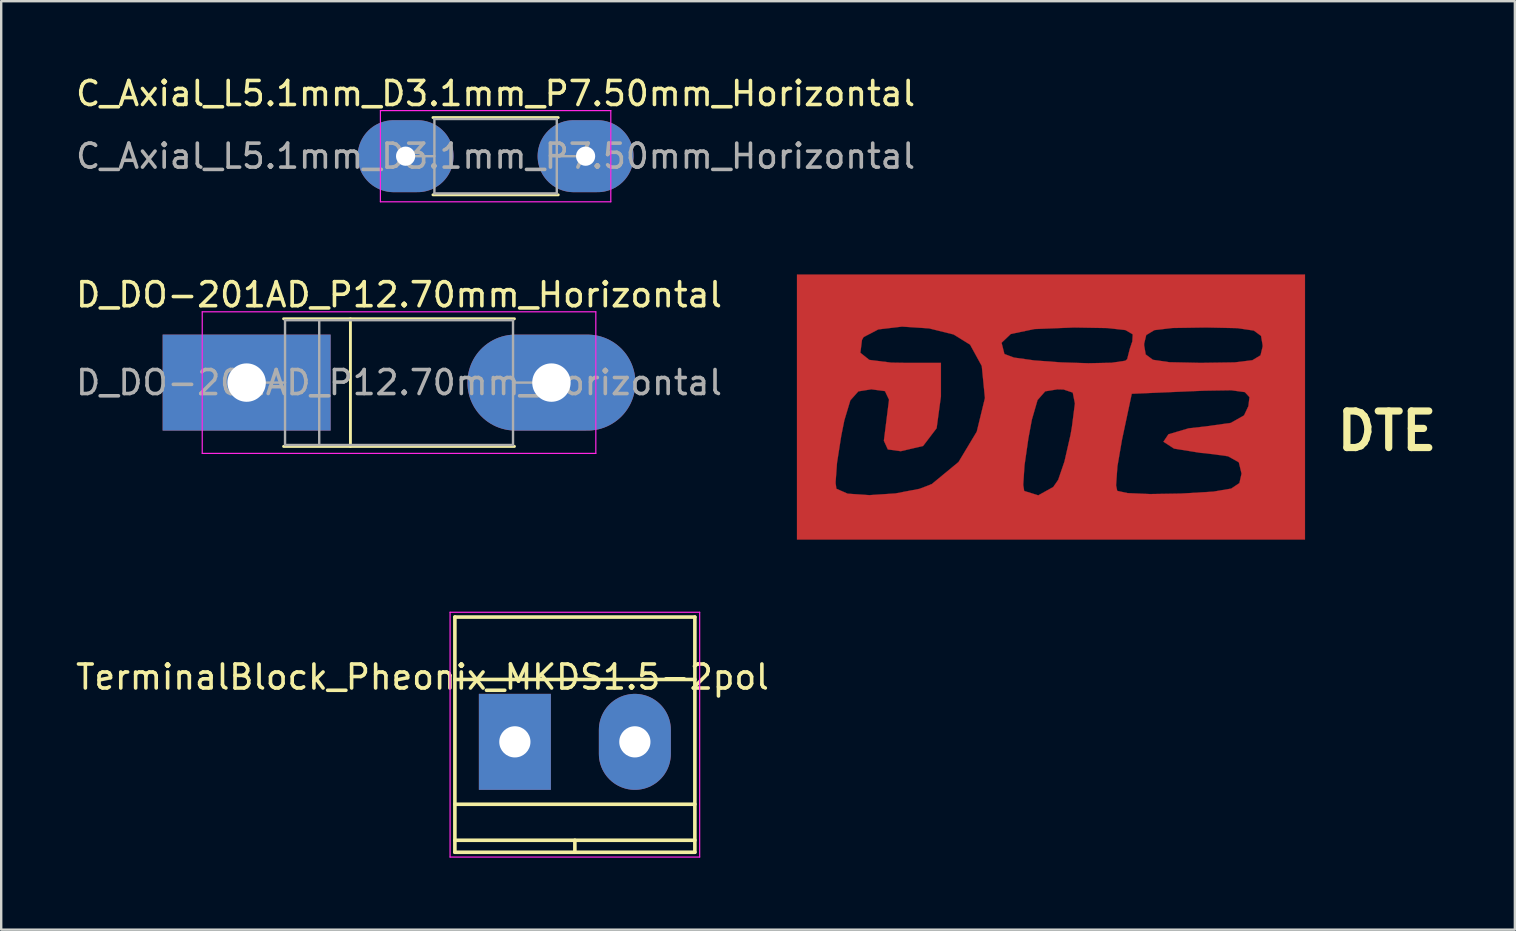
<source format=kicad_pcb>
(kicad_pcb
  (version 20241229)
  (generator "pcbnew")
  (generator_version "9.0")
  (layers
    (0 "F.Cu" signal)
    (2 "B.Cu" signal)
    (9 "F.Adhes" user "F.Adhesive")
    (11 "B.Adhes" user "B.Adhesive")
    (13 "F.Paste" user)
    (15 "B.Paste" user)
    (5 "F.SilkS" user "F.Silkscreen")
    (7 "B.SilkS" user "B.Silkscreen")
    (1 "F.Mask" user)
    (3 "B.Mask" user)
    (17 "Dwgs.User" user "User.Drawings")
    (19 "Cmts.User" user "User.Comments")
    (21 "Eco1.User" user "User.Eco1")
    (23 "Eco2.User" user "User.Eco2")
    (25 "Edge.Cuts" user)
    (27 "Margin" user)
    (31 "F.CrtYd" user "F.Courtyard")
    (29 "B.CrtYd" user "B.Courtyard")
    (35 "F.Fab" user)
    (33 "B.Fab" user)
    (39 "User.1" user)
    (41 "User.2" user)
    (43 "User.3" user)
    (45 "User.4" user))
  (footprint "DTE"
    (layer "F.Cu")
    (at 40.743 13.91)
    (property "Reference" "DTE" (at 14 1 0) (layer "F.SilkS") (effects (font (size 1.524 1.524) (thickness 0.3))))
    (attr through_hole)
    (fp_poly (pts (xy 10.583 5.522) (xy -10.583 5.522) (xy -10.583 3.151) (xy -8.976 3.151) (xy -8.942 3.405) (xy -8.472 3.611) (xy -7.568 3.672) (xy -6.487 3.601) (xy -5.482 3.409) (xy -5.043 3.242) (xy -1.157 3.242) (xy -1.116 3.498) (xy -0.529 3.68) (xy 0.095 3.332) (xy 0.143 3.263) (xy 2.712 3.263) (xy 2.76 3.494) (xy 3.191 3.587) (xy 4.129 3.627) (xy 5.375 3.607) (xy 5.453 3.604) (xy 6.759 3.526) (xy 7.508 3.399) (xy 7.851 3.171) (xy 7.937 2.793) (xy 7.938 2.761) (xy 7.826 2.302) (xy 7.377 2.052) (xy 6.418 1.924) (xy 6.239 1.911) (xy 5.129 1.733) (xy 4.686 1.446) (xy 4.894 1.136) (xy 5.739 0.887) (xy 6.429 0.81) (xy 7.495 0.661) (xy 8.044 0.349) (xy 8.225 -0.034) (xy 8.271 -0.412) (xy 8.078 -0.621) (xy 7.508 -0.698) (xy 6.422 -0.681) (xy 5.887 -0.66) (xy 3.366 -0.552) (xy 2.959 1.363) (xy 2.768 2.472) (xy 2.712 3.263) (xy 0.143 3.263) (xy 0.299 3.037) (xy 0.561 2.272) (xy 0.814 1.163) (xy 0.872 0.828) (xy 0.997 -0.148) (xy 0.907 -0.601) (xy 0.524 -0.73) (xy 0.266 -0.736) (xy -0.24 -0.654) (xy -0.56 -0.29) (xy -0.797 0.528) (xy -0.939 1.29) (xy -1.103 2.429) (xy -1.157 3.242) (xy -5.043 3.242) (xy -4.973 3.216) (xy -3.852 2.291) (xy -3.093 1.027) (xy -2.752 -0.374) (xy -2.884 -1.71) (xy -3.371 -2.599) (xy -3.499 -2.678) (xy -2.059 -2.678) (xy -1.94 -2.209) (xy -1.545 -2.061) (xy -0.689 -1.941) (xy 0.415 -1.86) (xy 1.556 -1.824) (xy 2.521 -1.844) (xy 3.098 -1.929) (xy 3.175 -1.995) (xy 3.285 -2.427) (xy 3.336 -2.577) (xy 3.881 -2.577) (xy 3.947 -2.19) (xy 4.248 -1.968) (xy 4.933 -1.867) (xy 6.153 -1.841) (xy 6.35 -1.841) (xy 7.648 -1.86) (xy 8.391 -1.95) (xy 8.731 -2.154) (xy 8.819 -2.518) (xy 8.819 -2.577) (xy 8.753 -2.964) (xy 8.452 -3.185) (xy 7.767 -3.287) (xy 6.547 -3.313) (xy 6.35 -3.313) (xy 5.052 -3.293) (xy 4.309 -3.204) (xy 3.969 -2.999) (xy 3.881 -2.635) (xy 3.881 -2.577) (xy 3.336 -2.577) (xy 3.389 -2.731) (xy 3.407 -3.029) (xy 3.104 -3.206) (xy 2.356 -3.29) (xy 1.036 -3.313) (xy 0.941 -3.313) (xy -0.69 -3.249) (xy -1.674 -3.043) (xy -2.059 -2.678) (xy -3.499 -2.678) (xy -4.057 -3.023) (xy -5.082 -3.277) (xy -6.206 -3.351) (xy -7.194 -3.234) (xy -7.806 -2.916) (xy -7.875 -2.797) (xy -7.942 -2.26) (xy -7.571 -1.964) (xy -6.652 -1.849) (xy -6.115 -1.841) (xy -4.586 -1.841) (xy -4.586 -0.442) (xy -4.765 0.882) (xy -5.329 1.623) (xy -6.26 1.841) (xy -6.798 1.767) (xy -6.963 1.404) (xy -6.856 0.552) (xy -6.748 -0.305) (xy -6.918 -0.663) (xy -7.474 -0.736) (xy -7.499 -0.736) (xy -8.027 -0.652) (xy -8.36 -0.279) (xy -8.611 0.558) (xy -8.739 1.196) (xy -8.916 2.327) (xy -8.976 3.151) (xy -10.583 3.151) (xy -10.583 -5.522) (xy 10.583 -5.522) (xy 10.583 5.522)) (stroke (width 0.01) (type solid)) (fill yes) (layer "F.Cu")))
  (footprint "TerminalBlock_Pheonix_MKDS1.5-2pol"
    (layer "F.Cu")
    (at 18.404 27.862)
    (property "Reference" "TerminalBlock_Pheonix_MKDS1.5-2pol" (at -3.85 -2.7 0) (layer "F.SilkS") (effects (font (size 1 1) (thickness 0.15))))
    (attr through_hole)
    (fp_line (start -2.5 -5.2) (end -2.5 4.6) (stroke (width 0.15) (type solid)) (layer "F.SilkS"))
    (fp_line (start -2.5 -2.6) (end 7.5 -2.6) (stroke (width 0.15) (type solid)) (layer "F.SilkS"))
    (fp_line (start -2.5 2.6) (end 7.5 2.6) (stroke (width 0.15) (type solid)) (layer "F.SilkS"))
    (fp_line (start -2.5 4.1) (end 7.5 4.1) (stroke (width 0.15) (type solid)) (layer "F.SilkS"))
    (fp_line (start -2.5 4.6) (end 7.5 4.6) (stroke (width 0.15) (type solid)) (layer "F.SilkS"))
    (fp_line (start 2.5 4.1) (end 2.5 4.6) (stroke (width 0.15) (type solid)) (layer "F.SilkS"))
    (fp_line (start 7.5 -5.2) (end -2.5 -5.2) (stroke (width 0.15) (type solid)) (layer "F.SilkS"))
    (fp_line (start 7.5 4.6) (end 7.5 -5.2) (stroke (width 0.15) (type solid)) (layer "F.SilkS"))
    (fp_line (start -2.7 -5.4) (end 7.7 -5.4) (stroke (width 0.05) (type solid)) (layer "F.CrtYd"))
    (fp_line (start -2.7 4.8) (end -2.7 -5.4) (stroke (width 0.05) (type solid)) (layer "F.CrtYd"))
    (fp_line (start 7.7 -5.4) (end 7.7 4.8) (stroke (width 0.05) (type solid)) (layer "F.CrtYd"))
    (fp_line (start 7.7 4.8) (end -2.7 4.8) (stroke (width 0.05) (type solid)) (layer "F.CrtYd"))
    (pad "1" thru_hole rect (at 0 0) (size 3 4) (drill 1.3) (layers "*.Cu" "*.Mask"))
    (pad "2" thru_hole oval (at 5 0) (size 3 4) (drill 1.3) (layers "*.Cu" "*.Mask")))
  (footprint "C_Axial_L5.1mm_D3.1mm_P7.50mm_Horizontal"
    (layer "F.Cu")
    (at 13.851 3.458)
    (property "Reference" "C_Axial_L5.1mm_D3.1mm_P7.50mm_Horizontal" (at 3.75 -2.61 0) (layer "F.SilkS") (effects (font (size 1 1) (thickness 0.15))))
    (attr through_hole)
    (fp_line (start 1.14 1.61) (end 6.36 1.61) (stroke (width 0.12) (type solid)) (layer "F.SilkS"))
    (fp_line (start 6.36 -1.61) (end 1.14 -1.61) (stroke (width 0.12) (type solid)) (layer "F.SilkS"))
    (fp_line (start -1.05 -1.9) (end -1.05 1.9) (stroke (width 0.05) (type solid)) (layer "F.CrtYd"))
    (fp_line (start -1.05 1.9) (end 8.55 1.9) (stroke (width 0.05) (type solid)) (layer "F.CrtYd"))
    (fp_line (start 8.55 -1.9) (end -1.05 -1.9) (stroke (width 0.05) (type solid)) (layer "F.CrtYd"))
    (fp_line (start 8.55 1.9) (end 8.55 -1.9) (stroke (width 0.05) (type solid)) (layer "F.CrtYd"))
    (fp_line (start 0 0) (end 1.2 0) (stroke (width 0.1) (type solid)) (layer "F.Fab"))
    (fp_line (start 1.2 -1.55) (end 1.2 1.55) (stroke (width 0.1) (type solid)) (layer "F.Fab"))
    (fp_line (start 1.2 1.55) (end 6.3 1.55) (stroke (width 0.1) (type solid)) (layer "F.Fab"))
    (fp_line (start 6.3 -1.55) (end 1.2 -1.55) (stroke (width 0.1) (type solid)) (layer "F.Fab"))
    (fp_line (start 6.3 1.55) (end 6.3 -1.55) (stroke (width 0.1) (type solid)) (layer "F.Fab"))
    (fp_line (start 7.5 0) (end 6.3 0) (stroke (width 0.1) (type solid)) (layer "F.Fab"))
    (fp_text user "${REFERENCE}" (at 3.75 0 0) (layer "F.Fab") (effects (font (size 1 1) (thickness 0.15))))
    (pad "1" thru_hole oval (at 0 0) (size 4 3) (drill 0.8) (layers "*.Cu" "*.Mask"))
    (pad "2" thru_hole oval (at 7.5 0) (size 4 3) (drill 0.8) (layers "*.Cu" "*.Mask")))
  (footprint "D_DO-201AD_P12.70mm_Horizontal"
    (layer "F.Cu")
    (at 7.227 12.892)
    (property "Reference" "D_DO-201AD_P12.70mm_Horizontal" (at 6.35 -3.66 0) (layer "F.SilkS") (effects (font (size 1 1) (thickness 0.15))))
    (attr through_hole)
    (fp_line (start 1.54 -2.66) (end 11.16 -2.66) (stroke (width 0.12) (type solid)) (layer "F.SilkS"))
    (fp_line (start 1.54 2.66) (end 11.16 2.66) (stroke (width 0.12) (type solid)) (layer "F.SilkS"))
    (fp_line (start 4.325 -2.66) (end 4.325 2.66) (stroke (width 0.12) (type solid)) (layer "F.SilkS"))
    (fp_line (start -1.85 -2.95) (end -1.85 2.95) (stroke (width 0.05) (type solid)) (layer "F.CrtYd"))
    (fp_line (start -1.85 2.95) (end 14.55 2.95) (stroke (width 0.05) (type solid)) (layer "F.CrtYd"))
    (fp_line (start 14.55 -2.95) (end -1.85 -2.95) (stroke (width 0.05) (type solid)) (layer "F.CrtYd"))
    (fp_line (start 14.55 2.95) (end 14.55 -2.95) (stroke (width 0.05) (type solid)) (layer "F.CrtYd"))
    (fp_line (start 0 0) (end 1.6 0) (stroke (width 0.1) (type solid)) (layer "F.Fab"))
    (fp_line (start 1.6 -2.6) (end 1.6 2.6) (stroke (width 0.1) (type solid)) (layer "F.Fab"))
    (fp_line (start 1.6 2.6) (end 11.1 2.6) (stroke (width 0.1) (type solid)) (layer "F.Fab"))
    (fp_line (start 3.025 -2.6) (end 3.025 2.6) (stroke (width 0.1) (type solid)) (layer "F.Fab"))
    (fp_line (start 11.1 -2.6) (end 1.6 -2.6) (stroke (width 0.1) (type solid)) (layer "F.Fab"))
    (fp_line (start 11.1 2.6) (end 11.1 -2.6) (stroke (width 0.1) (type solid)) (layer "F.Fab"))
    (fp_line (start 12.7 0) (end 11.1 0) (stroke (width 0.1) (type solid)) (layer "F.Fab"))
    (fp_text user "${REFERENCE}" (at 6.35 0 0) (layer "F.Fab") (effects (font (size 1 1) (thickness 0.15))))
    (pad "1" thru_hole rect (at 0 0) (size 7 4) (drill 1.6) (layers "*.Cu" "*.Mask"))
    (pad "2" thru_hole oval (at 12.7 0) (size 7 4) (drill 1.6) (layers "*.Cu" "*.Mask")))
  (gr_rect
    (start -3 -3)
    (end 60.073 35.687)
    (stroke (width 0.1) (type default))
    (fill no)
    (layer "Edge.Cuts")))
</source>
